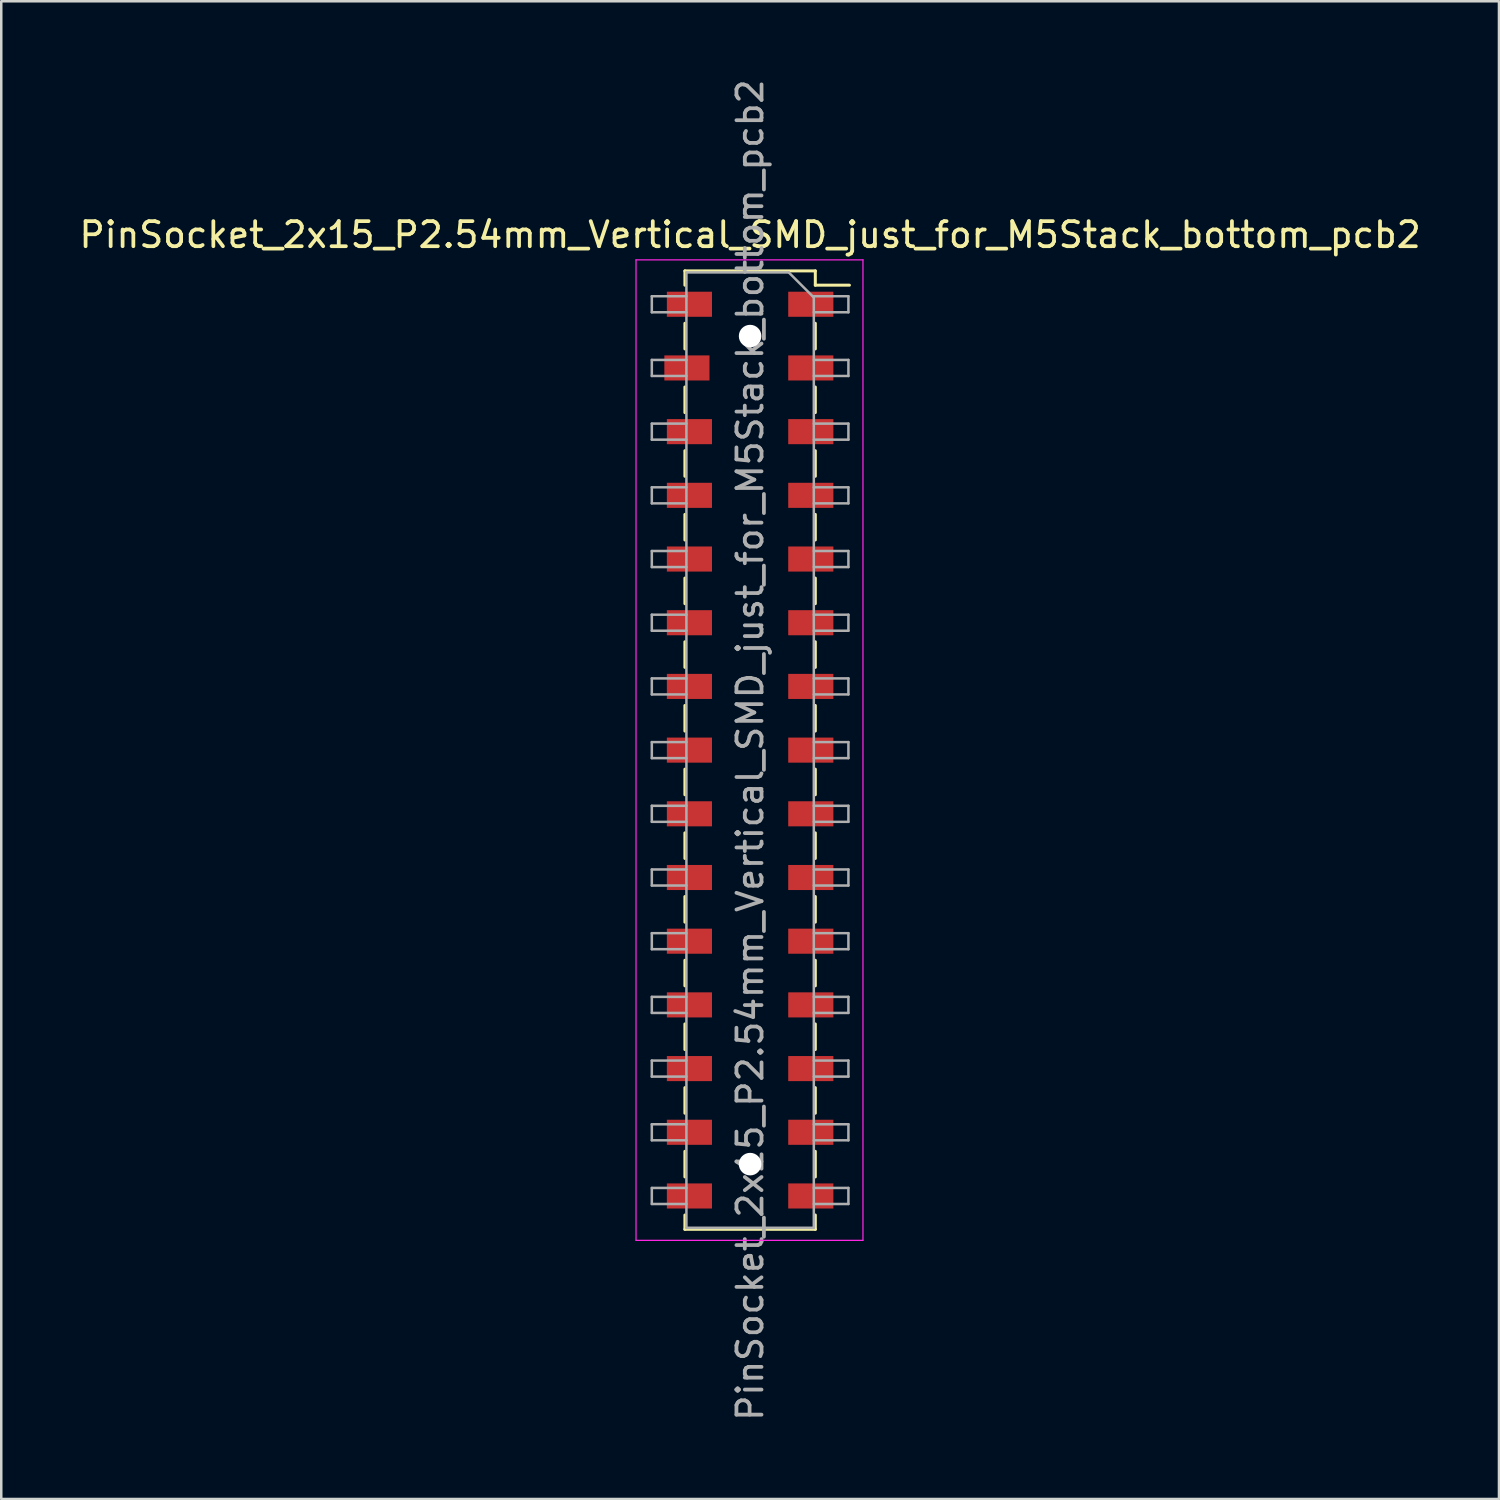
<source format=kicad_pcb>
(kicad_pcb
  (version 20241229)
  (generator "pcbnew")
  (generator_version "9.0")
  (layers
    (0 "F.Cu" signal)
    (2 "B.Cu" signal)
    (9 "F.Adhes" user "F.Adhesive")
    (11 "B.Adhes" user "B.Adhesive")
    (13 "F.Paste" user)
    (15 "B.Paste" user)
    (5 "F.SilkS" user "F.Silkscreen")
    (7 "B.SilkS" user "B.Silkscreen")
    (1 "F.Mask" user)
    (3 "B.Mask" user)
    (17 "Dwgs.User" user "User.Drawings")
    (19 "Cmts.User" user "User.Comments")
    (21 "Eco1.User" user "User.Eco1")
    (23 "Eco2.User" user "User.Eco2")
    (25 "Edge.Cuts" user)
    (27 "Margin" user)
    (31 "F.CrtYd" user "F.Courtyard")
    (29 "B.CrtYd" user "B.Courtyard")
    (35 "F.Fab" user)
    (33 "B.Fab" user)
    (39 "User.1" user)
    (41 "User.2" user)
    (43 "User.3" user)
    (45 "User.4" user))
  (footprint "PinSocket_2x15_P2.54mm_Vertical_SMD_just_for_M5Stack_bottom_pcb2"
    (layer "F.Cu")
    (at 26.863 26.863)
    (property "Reference" "PinSocket_2x15_P2.54mm_Vertical_SMD_just_for_M5Stack_bottom_pcb2" (at 0 -20.55 0) (layer "F.SilkS") (effects (font (size 1 1) (thickness 0.15))))
    (attr smd)
    (fp_line (start -2.6 -19.11) (end -2.6 -18.54) (stroke (width 0.12) (type solid)) (layer "F.SilkS"))
    (fp_line (start -2.6 -19.11) (end 2.6 -19.11) (stroke (width 0.12) (type solid)) (layer "F.SilkS"))
    (fp_line (start -2.6 -17.02) (end -2.6 -16) (stroke (width 0.12) (type solid)) (layer "F.SilkS"))
    (fp_line (start -2.6 -14.48) (end -2.6 -13.46) (stroke (width 0.12) (type solid)) (layer "F.SilkS"))
    (fp_line (start -2.6 -11.94) (end -2.6 -10.92) (stroke (width 0.12) (type solid)) (layer "F.SilkS"))
    (fp_line (start -2.6 -9.4) (end -2.6 -8.38) (stroke (width 0.12) (type solid)) (layer "F.SilkS"))
    (fp_line (start -2.6 -6.86) (end -2.6 -5.84) (stroke (width 0.12) (type solid)) (layer "F.SilkS"))
    (fp_line (start -2.6 -4.32) (end -2.6 -3.3) (stroke (width 0.12) (type solid)) (layer "F.SilkS"))
    (fp_line (start -2.6 -1.78) (end -2.6 -0.76) (stroke (width 0.12) (type solid)) (layer "F.SilkS"))
    (fp_line (start -2.6 0.76) (end -2.6 1.78) (stroke (width 0.12) (type solid)) (layer "F.SilkS"))
    (fp_line (start -2.6 3.3) (end -2.6 4.32) (stroke (width 0.12) (type solid)) (layer "F.SilkS"))
    (fp_line (start -2.6 5.84) (end -2.6 6.86) (stroke (width 0.12) (type solid)) (layer "F.SilkS"))
    (fp_line (start -2.6 8.38) (end -2.6 9.4) (stroke (width 0.12) (type solid)) (layer "F.SilkS"))
    (fp_line (start -2.6 10.92) (end -2.6 11.94) (stroke (width 0.12) (type solid)) (layer "F.SilkS"))
    (fp_line (start -2.6 13.46) (end -2.6 14.48) (stroke (width 0.12) (type solid)) (layer "F.SilkS"))
    (fp_line (start -2.6 16) (end -2.6 17.02) (stroke (width 0.12) (type solid)) (layer "F.SilkS"))
    (fp_line (start -2.6 18.54) (end -2.6 19.11) (stroke (width 0.12) (type solid)) (layer "F.SilkS"))
    (fp_line (start -2.6 19.11) (end 2.6 19.11) (stroke (width 0.12) (type solid)) (layer "F.SilkS"))
    (fp_line (start 2.6 -19.11) (end 2.6 -18.54) (stroke (width 0.12) (type solid)) (layer "F.SilkS"))
    (fp_line (start 2.6 -18.54) (end 3.96 -18.54) (stroke (width 0.12) (type solid)) (layer "F.SilkS"))
    (fp_line (start 2.6 -17.02) (end 2.6 -16) (stroke (width 0.12) (type solid)) (layer "F.SilkS"))
    (fp_line (start 2.6 -14.48) (end 2.6 -13.46) (stroke (width 0.12) (type solid)) (layer "F.SilkS"))
    (fp_line (start 2.6 -11.94) (end 2.6 -10.92) (stroke (width 0.12) (type solid)) (layer "F.SilkS"))
    (fp_line (start 2.6 -9.4) (end 2.6 -8.38) (stroke (width 0.12) (type solid)) (layer "F.SilkS"))
    (fp_line (start 2.6 -6.86) (end 2.6 -5.84) (stroke (width 0.12) (type solid)) (layer "F.SilkS"))
    (fp_line (start 2.6 -4.32) (end 2.6 -3.3) (stroke (width 0.12) (type solid)) (layer "F.SilkS"))
    (fp_line (start 2.6 -1.78) (end 2.6 -0.76) (stroke (width 0.12) (type solid)) (layer "F.SilkS"))
    (fp_line (start 2.6 0.76) (end 2.6 1.78) (stroke (width 0.12) (type solid)) (layer "F.SilkS"))
    (fp_line (start 2.6 3.3) (end 2.6 4.32) (stroke (width 0.12) (type solid)) (layer "F.SilkS"))
    (fp_line (start 2.6 5.84) (end 2.6 6.86) (stroke (width 0.12) (type solid)) (layer "F.SilkS"))
    (fp_line (start 2.6 8.38) (end 2.6 9.4) (stroke (width 0.12) (type solid)) (layer "F.SilkS"))
    (fp_line (start 2.6 10.92) (end 2.6 11.94) (stroke (width 0.12) (type solid)) (layer "F.SilkS"))
    (fp_line (start 2.6 13.46) (end 2.6 14.48) (stroke (width 0.12) (type solid)) (layer "F.SilkS"))
    (fp_line (start 2.6 16) (end 2.6 17.02) (stroke (width 0.12) (type solid)) (layer "F.SilkS"))
    (fp_line (start 2.6 18.54) (end 2.6 19.11) (stroke (width 0.12) (type solid)) (layer "F.SilkS"))
    (fp_line (start -4.55 -19.55) (end 4.5 -19.55) (stroke (width 0.05) (type solid)) (layer "F.CrtYd"))
    (fp_line (start -4.55 19.55) (end -4.55 -19.55) (stroke (width 0.05) (type solid)) (layer "F.CrtYd"))
    (fp_line (start 4.5 -19.55) (end 4.5 19.55) (stroke (width 0.05) (type solid)) (layer "F.CrtYd"))
    (fp_line (start 4.5 19.55) (end -4.55 19.55) (stroke (width 0.05) (type solid)) (layer "F.CrtYd"))
    (fp_line (start -3.92 -18.1) (end -2.54 -18.1) (stroke (width 0.1) (type solid)) (layer "F.Fab"))
    (fp_line (start -3.92 -17.46) (end -3.92 -18.1) (stroke (width 0.1) (type solid)) (layer "F.Fab"))
    (fp_line (start -3.92 -15.56) (end -2.54 -15.56) (stroke (width 0.1) (type solid)) (layer "F.Fab"))
    (fp_line (start -3.92 -14.92) (end -3.92 -15.56) (stroke (width 0.1) (type solid)) (layer "F.Fab"))
    (fp_line (start -3.92 -13.02) (end -2.54 -13.02) (stroke (width 0.1) (type solid)) (layer "F.Fab"))
    (fp_line (start -3.92 -12.38) (end -3.92 -13.02) (stroke (width 0.1) (type solid)) (layer "F.Fab"))
    (fp_line (start -3.92 -10.48) (end -2.54 -10.48) (stroke (width 0.1) (type solid)) (layer "F.Fab"))
    (fp_line (start -3.92 -9.84) (end -3.92 -10.48) (stroke (width 0.1) (type solid)) (layer "F.Fab"))
    (fp_line (start -3.92 -7.94) (end -2.54 -7.94) (stroke (width 0.1) (type solid)) (layer "F.Fab"))
    (fp_line (start -3.92 -7.3) (end -3.92 -7.94) (stroke (width 0.1) (type solid)) (layer "F.Fab"))
    (fp_line (start -3.92 -5.4) (end -2.54 -5.4) (stroke (width 0.1) (type solid)) (layer "F.Fab"))
    (fp_line (start -3.92 -4.76) (end -3.92 -5.4) (stroke (width 0.1) (type solid)) (layer "F.Fab"))
    (fp_line (start -3.92 -2.86) (end -2.54 -2.86) (stroke (width 0.1) (type solid)) (layer "F.Fab"))
    (fp_line (start -3.92 -2.22) (end -3.92 -2.86) (stroke (width 0.1) (type solid)) (layer "F.Fab"))
    (fp_line (start -3.92 -0.32) (end -2.54 -0.32) (stroke (width 0.1) (type solid)) (layer "F.Fab"))
    (fp_line (start -3.92 0.32) (end -3.92 -0.32) (stroke (width 0.1) (type solid)) (layer "F.Fab"))
    (fp_line (start -3.92 2.22) (end -2.54 2.22) (stroke (width 0.1) (type solid)) (layer "F.Fab"))
    (fp_line (start -3.92 2.86) (end -3.92 2.22) (stroke (width 0.1) (type solid)) (layer "F.Fab"))
    (fp_line (start -3.92 4.76) (end -2.54 4.76) (stroke (width 0.1) (type solid)) (layer "F.Fab"))
    (fp_line (start -3.92 5.4) (end -3.92 4.76) (stroke (width 0.1) (type solid)) (layer "F.Fab"))
    (fp_line (start -3.92 7.3) (end -2.54 7.3) (stroke (width 0.1) (type solid)) (layer "F.Fab"))
    (fp_line (start -3.92 7.94) (end -3.92 7.3) (stroke (width 0.1) (type solid)) (layer "F.Fab"))
    (fp_line (start -3.92 9.84) (end -2.54 9.84) (stroke (width 0.1) (type solid)) (layer "F.Fab"))
    (fp_line (start -3.92 10.48) (end -3.92 9.84) (stroke (width 0.1) (type solid)) (layer "F.Fab"))
    (fp_line (start -3.92 12.38) (end -2.54 12.38) (stroke (width 0.1) (type solid)) (layer "F.Fab"))
    (fp_line (start -3.92 13.02) (end -3.92 12.38) (stroke (width 0.1) (type solid)) (layer "F.Fab"))
    (fp_line (start -3.92 14.92) (end -2.54 14.92) (stroke (width 0.1) (type solid)) (layer "F.Fab"))
    (fp_line (start -3.92 15.56) (end -3.92 14.92) (stroke (width 0.1) (type solid)) (layer "F.Fab"))
    (fp_line (start -3.92 17.46) (end -2.54 17.46) (stroke (width 0.1) (type solid)) (layer "F.Fab"))
    (fp_line (start -3.92 18.1) (end -3.92 17.46) (stroke (width 0.1) (type solid)) (layer "F.Fab"))
    (fp_line (start -2.54 -19.05) (end 1.54 -19.05) (stroke (width 0.1) (type solid)) (layer "F.Fab"))
    (fp_line (start -2.54 -17.46) (end -3.92 -17.46) (stroke (width 0.1) (type solid)) (layer "F.Fab"))
    (fp_line (start -2.54 -14.92) (end -3.92 -14.92) (stroke (width 0.1) (type solid)) (layer "F.Fab"))
    (fp_line (start -2.54 -12.38) (end -3.92 -12.38) (stroke (width 0.1) (type solid)) (layer "F.Fab"))
    (fp_line (start -2.54 -9.84) (end -3.92 -9.84) (stroke (width 0.1) (type solid)) (layer "F.Fab"))
    (fp_line (start -2.54 -7.3) (end -3.92 -7.3) (stroke (width 0.1) (type solid)) (layer "F.Fab"))
    (fp_line (start -2.54 -4.76) (end -3.92 -4.76) (stroke (width 0.1) (type solid)) (layer "F.Fab"))
    (fp_line (start -2.54 -2.22) (end -3.92 -2.22) (stroke (width 0.1) (type solid)) (layer "F.Fab"))
    (fp_line (start -2.54 0.32) (end -3.92 0.32) (stroke (width 0.1) (type solid)) (layer "F.Fab"))
    (fp_line (start -2.54 2.86) (end -3.92 2.86) (stroke (width 0.1) (type solid)) (layer "F.Fab"))
    (fp_line (start -2.54 5.4) (end -3.92 5.4) (stroke (width 0.1) (type solid)) (layer "F.Fab"))
    (fp_line (start -2.54 7.94) (end -3.92 7.94) (stroke (width 0.1) (type solid)) (layer "F.Fab"))
    (fp_line (start -2.54 10.48) (end -3.92 10.48) (stroke (width 0.1) (type solid)) (layer "F.Fab"))
    (fp_line (start -2.54 13.02) (end -3.92 13.02) (stroke (width 0.1) (type solid)) (layer "F.Fab"))
    (fp_line (start -2.54 15.56) (end -3.92 15.56) (stroke (width 0.1) (type solid)) (layer "F.Fab"))
    (fp_line (start -2.54 18.1) (end -3.92 18.1) (stroke (width 0.1) (type solid)) (layer "F.Fab"))
    (fp_line (start -2.54 19.05) (end -2.54 -19.05) (stroke (width 0.1) (type solid)) (layer "F.Fab"))
    (fp_line (start 1.54 -19.05) (end 2.54 -18.05) (stroke (width 0.1) (type solid)) (layer "F.Fab"))
    (fp_line (start 2.54 -18.1) (end 3.92 -18.1) (stroke (width 0.1) (type solid)) (layer "F.Fab"))
    (fp_line (start 2.54 -18.05) (end 2.54 19.05) (stroke (width 0.1) (type solid)) (layer "F.Fab"))
    (fp_line (start 2.54 -15.56) (end 3.92 -15.56) (stroke (width 0.1) (type solid)) (layer "F.Fab"))
    (fp_line (start 2.54 -13.02) (end 3.92 -13.02) (stroke (width 0.1) (type solid)) (layer "F.Fab"))
    (fp_line (start 2.54 -10.48) (end 3.92 -10.48) (stroke (width 0.1) (type solid)) (layer "F.Fab"))
    (fp_line (start 2.54 -7.94) (end 3.92 -7.94) (stroke (width 0.1) (type solid)) (layer "F.Fab"))
    (fp_line (start 2.54 -5.4) (end 3.92 -5.4) (stroke (width 0.1) (type solid)) (layer "F.Fab"))
    (fp_line (start 2.54 -2.86) (end 3.92 -2.86) (stroke (width 0.1) (type solid)) (layer "F.Fab"))
    (fp_line (start 2.54 -0.32) (end 3.92 -0.32) (stroke (width 0.1) (type solid)) (layer "F.Fab"))
    (fp_line (start 2.54 2.22) (end 3.92 2.22) (stroke (width 0.1) (type solid)) (layer "F.Fab"))
    (fp_line (start 2.54 4.76) (end 3.92 4.76) (stroke (width 0.1) (type solid)) (layer "F.Fab"))
    (fp_line (start 2.54 7.3) (end 3.92 7.3) (stroke (width 0.1) (type solid)) (layer "F.Fab"))
    (fp_line (start 2.54 9.84) (end 3.92 9.84) (stroke (width 0.1) (type solid)) (layer "F.Fab"))
    (fp_line (start 2.54 12.38) (end 3.92 12.38) (stroke (width 0.1) (type solid)) (layer "F.Fab"))
    (fp_line (start 2.54 14.92) (end 3.92 14.92) (stroke (width 0.1) (type solid)) (layer "F.Fab"))
    (fp_line (start 2.54 17.46) (end 3.92 17.46) (stroke (width 0.1) (type solid)) (layer "F.Fab"))
    (fp_line (start 2.54 19.05) (end -2.54 19.05) (stroke (width 0.1) (type solid)) (layer "F.Fab"))
    (fp_line (start 3.92 -18.1) (end 3.92 -17.46) (stroke (width 0.1) (type solid)) (layer "F.Fab"))
    (fp_line (start 3.92 -17.46) (end 2.54 -17.46) (stroke (width 0.1) (type solid)) (layer "F.Fab"))
    (fp_line (start 3.92 -15.56) (end 3.92 -14.92) (stroke (width 0.1) (type solid)) (layer "F.Fab"))
    (fp_line (start 3.92 -14.92) (end 2.54 -14.92) (stroke (width 0.1) (type solid)) (layer "F.Fab"))
    (fp_line (start 3.92 -13.02) (end 3.92 -12.38) (stroke (width 0.1) (type solid)) (layer "F.Fab"))
    (fp_line (start 3.92 -12.38) (end 2.54 -12.38) (stroke (width 0.1) (type solid)) (layer "F.Fab"))
    (fp_line (start 3.92 -10.48) (end 3.92 -9.84) (stroke (width 0.1) (type solid)) (layer "F.Fab"))
    (fp_line (start 3.92 -9.84) (end 2.54 -9.84) (stroke (width 0.1) (type solid)) (layer "F.Fab"))
    (fp_line (start 3.92 -7.94) (end 3.92 -7.3) (stroke (width 0.1) (type solid)) (layer "F.Fab"))
    (fp_line (start 3.92 -7.3) (end 2.54 -7.3) (stroke (width 0.1) (type solid)) (layer "F.Fab"))
    (fp_line (start 3.92 -5.4) (end 3.92 -4.76) (stroke (width 0.1) (type solid)) (layer "F.Fab"))
    (fp_line (start 3.92 -4.76) (end 2.54 -4.76) (stroke (width 0.1) (type solid)) (layer "F.Fab"))
    (fp_line (start 3.92 -2.86) (end 3.92 -2.22) (stroke (width 0.1) (type solid)) (layer "F.Fab"))
    (fp_line (start 3.92 -2.22) (end 2.54 -2.22) (stroke (width 0.1) (type solid)) (layer "F.Fab"))
    (fp_line (start 3.92 -0.32) (end 3.92 0.32) (stroke (width 0.1) (type solid)) (layer "F.Fab"))
    (fp_line (start 3.92 0.32) (end 2.54 0.32) (stroke (width 0.1) (type solid)) (layer "F.Fab"))
    (fp_line (start 3.92 2.22) (end 3.92 2.86) (stroke (width 0.1) (type solid)) (layer "F.Fab"))
    (fp_line (start 3.92 2.86) (end 2.54 2.86) (stroke (width 0.1) (type solid)) (layer "F.Fab"))
    (fp_line (start 3.92 4.76) (end 3.92 5.4) (stroke (width 0.1) (type solid)) (layer "F.Fab"))
    (fp_line (start 3.92 5.4) (end 2.54 5.4) (stroke (width 0.1) (type solid)) (layer "F.Fab"))
    (fp_line (start 3.92 7.3) (end 3.92 7.94) (stroke (width 0.1) (type solid)) (layer "F.Fab"))
    (fp_line (start 3.92 7.94) (end 2.54 7.94) (stroke (width 0.1) (type solid)) (layer "F.Fab"))
    (fp_line (start 3.92 9.84) (end 3.92 10.48) (stroke (width 0.1) (type solid)) (layer "F.Fab"))
    (fp_line (start 3.92 10.48) (end 2.54 10.48) (stroke (width 0.1) (type solid)) (layer "F.Fab"))
    (fp_line (start 3.92 12.38) (end 3.92 13.02) (stroke (width 0.1) (type solid)) (layer "F.Fab"))
    (fp_line (start 3.92 13.02) (end 2.54 13.02) (stroke (width 0.1) (type solid)) (layer "F.Fab"))
    (fp_line (start 3.92 14.92) (end 3.92 15.56) (stroke (width 0.1) (type solid)) (layer "F.Fab"))
    (fp_line (start 3.92 15.56) (end 2.54 15.56) (stroke (width 0.1) (type solid)) (layer "F.Fab"))
    (fp_line (start 3.92 17.46) (end 3.92 18.1) (stroke (width 0.1) (type solid)) (layer "F.Fab"))
    (fp_line (start 3.92 18.1) (end 2.54 18.1) (stroke (width 0.1) (type solid)) (layer "F.Fab"))
    (fp_text user "${REFERENCE}" (at 0 0 90) (layer "F.Fab") (effects (font (size 1 1) (thickness 0.15))))
    (pad "" np_thru_hole circle (at 0 -16.51) (size 0.9 0.9) (drill 0.9) (layers "*.Cu" "*.Mask"))
    (pad "" np_thru_hole circle (at 0 16.51) (size 0.9 0.9) (drill 0.9) (layers "*.Cu" "*.Mask"))
    (pad "1" smd rect (at 2.42 -17.78) (size 1.8 1) (layers "F.Cu" "F.Mask" "F.Paste"))
    (pad "2" smd rect (at -2.42 -17.78) (size 1.8 1) (layers "F.Cu" "F.Mask" "F.Paste"))
    (pad "3" smd rect (at 2.42 -15.24) (size 1.8 1) (layers "F.Cu" "F.Mask" "F.Paste"))
    (pad "4" smd rect (at -2.52 -15.24) (size 1.8 1) (layers "F.Cu" "F.Mask" "F.Paste"))
    (pad "5" smd rect (at 2.42 -12.7) (size 1.8 1) (layers "F.Cu" "F.Mask" "F.Paste"))
    (pad "6" smd rect (at -2.42 -12.7) (size 1.8 1) (layers "F.Cu" "F.Mask" "F.Paste"))
    (pad "7" smd rect (at 2.42 -10.16) (size 1.8 1) (layers "F.Cu" "F.Mask" "F.Paste"))
    (pad "8" smd rect (at -2.42 -10.16) (size 1.8 1) (layers "F.Cu" "F.Mask" "F.Paste"))
    (pad "9" smd rect (at 2.42 -7.62) (size 1.8 1) (layers "F.Cu" "F.Mask" "F.Paste"))
    (pad "10" smd rect (at -2.42 -7.62) (size 1.8 1) (layers "F.Cu" "F.Mask" "F.Paste"))
    (pad "11" smd rect (at 2.42 -5.08) (size 1.8 1) (layers "F.Cu" "F.Mask" "F.Paste"))
    (pad "12" smd rect (at -2.42 -5.08) (size 1.8 1) (layers "F.Cu" "F.Mask" "F.Paste"))
    (pad "13" smd rect (at 2.42 -2.54) (size 1.8 1) (layers "F.Cu" "F.Mask" "F.Paste"))
    (pad "14" smd rect (at -2.42 -2.54) (size 1.8 1) (layers "F.Cu" "F.Mask" "F.Paste"))
    (pad "15" smd rect (at 2.42 0) (size 1.8 1) (layers "F.Cu" "F.Mask" "F.Paste"))
    (pad "16" smd rect (at -2.42 0) (size 1.8 1) (layers "F.Cu" "F.Mask" "F.Paste"))
    (pad "17" smd rect (at 2.42 2.54) (size 1.8 1) (layers "F.Cu" "F.Mask" "F.Paste"))
    (pad "18" smd rect (at -2.42 2.54) (size 1.8 1) (layers "F.Cu" "F.Mask" "F.Paste"))
    (pad "19" smd rect (at 2.42 5.08) (size 1.8 1) (layers "F.Cu" "F.Mask" "F.Paste"))
    (pad "20" smd rect (at -2.42 5.08) (size 1.8 1) (layers "F.Cu" "F.Mask" "F.Paste"))
    (pad "21" smd rect (at 2.42 7.62) (size 1.8 1) (layers "F.Cu" "F.Mask" "F.Paste"))
    (pad "22" smd rect (at -2.42 7.62) (size 1.8 1) (layers "F.Cu" "F.Mask" "F.Paste"))
    (pad "23" smd rect (at 2.42 10.16) (size 1.8 1) (layers "F.Cu" "F.Mask" "F.Paste"))
    (pad "24" smd rect (at -2.42 10.16) (size 1.8 1) (layers "F.Cu" "F.Mask" "F.Paste"))
    (pad "25" smd rect (at 2.42 12.7) (size 1.8 1) (layers "F.Cu" "F.Mask" "F.Paste"))
    (pad "26" smd rect (at -2.42 12.7) (size 1.8 1) (layers "F.Cu" "F.Mask" "F.Paste"))
    (pad "27" smd rect (at 2.42 15.24) (size 1.8 1) (layers "F.Cu" "F.Mask" "F.Paste"))
    (pad "28" smd rect (at -2.42 15.24) (size 1.8 1) (layers "F.Cu" "F.Mask" "F.Paste"))
    (pad "29" smd rect (at 2.42 17.78) (size 1.8 1) (layers "F.Cu" "F.Mask" "F.Paste"))
    (pad "30" smd rect (at -2.42 17.78) (size 1.8 1) (layers "F.Cu" "F.Mask" "F.Paste")))
  (gr_rect
    (start -3 -3)
    (end 56.726 56.726)
    (stroke (width 0.1) (type default))
    (fill no)
    (layer "Edge.Cuts")))
</source>
